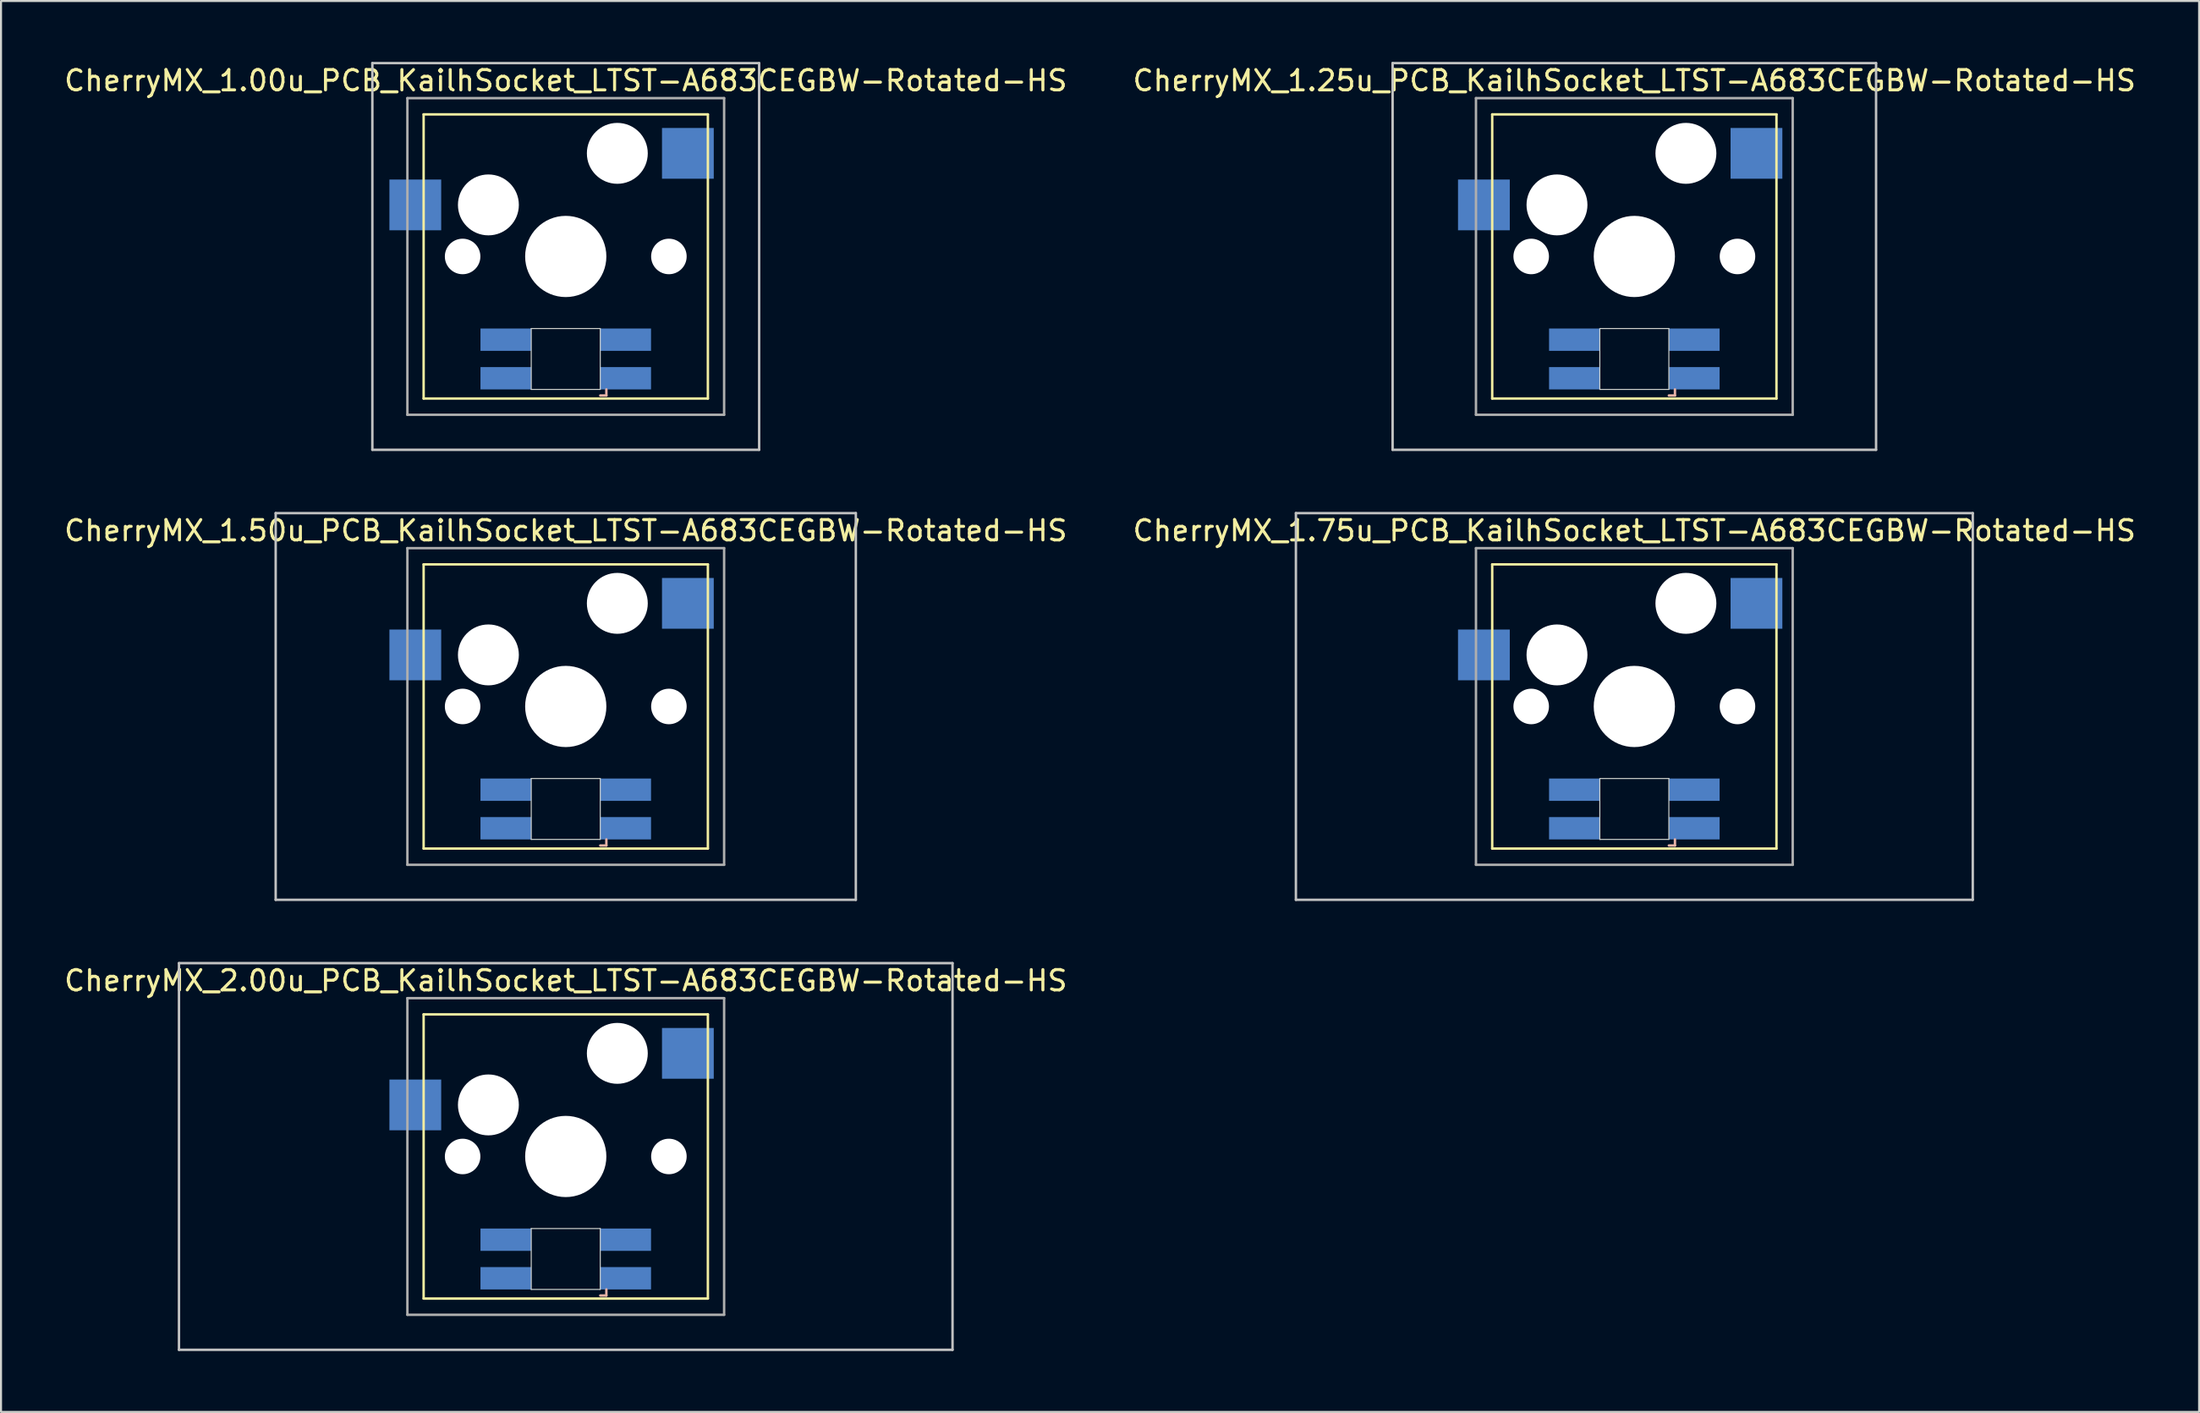
<source format=kicad_pcb>
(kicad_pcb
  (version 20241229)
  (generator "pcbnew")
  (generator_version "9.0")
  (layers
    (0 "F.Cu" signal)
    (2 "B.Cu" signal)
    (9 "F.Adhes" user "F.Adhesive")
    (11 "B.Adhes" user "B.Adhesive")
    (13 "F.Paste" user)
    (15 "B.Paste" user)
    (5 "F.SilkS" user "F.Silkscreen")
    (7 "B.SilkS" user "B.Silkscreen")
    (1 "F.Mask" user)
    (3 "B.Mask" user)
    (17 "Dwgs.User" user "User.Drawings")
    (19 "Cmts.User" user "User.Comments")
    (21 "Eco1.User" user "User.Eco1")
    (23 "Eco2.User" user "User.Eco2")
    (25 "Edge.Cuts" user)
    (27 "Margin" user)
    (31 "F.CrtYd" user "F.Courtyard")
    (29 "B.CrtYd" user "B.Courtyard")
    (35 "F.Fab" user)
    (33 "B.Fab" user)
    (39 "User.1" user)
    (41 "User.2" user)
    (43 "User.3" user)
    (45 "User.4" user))
  (footprint "CherryMX_1.00u_PCB_KailhSocket_LTST-A683CEGBW-Rotated-HS"
    (layer "F.Cu")
    (at 24.815 9.585)
    (property "Reference" "CherryMX_1.00u_PCB_KailhSocket_LTST-A683CEGBW-Rotated-HS" (at 0 -8.662 0) (layer "F.SilkS") (effects (font (size 1 1) (thickness 0.15))))
    (attr through_hole)
    (fp_line (start -7 -7) (end -7 7) (stroke (width 0.12) (type solid)) (layer "F.SilkS"))
    (fp_line (start -7 -7) (end 7 -7) (stroke (width 0.12) (type solid)) (layer "F.SilkS"))
    (fp_line (start 7 -7) (end 7 7) (stroke (width 0.12) (type solid)) (layer "F.SilkS"))
    (fp_line (start 7 7) (end -7 7) (stroke (width 0.12) (type solid)) (layer "F.SilkS"))
    (fp_line (start 1.7 6.85) (end 2 6.85) (stroke (width 0.12) (type solid)) (layer "B.SilkS"))
    (fp_line (start 2 6.85) (end 2 6.55) (stroke (width 0.12) (type solid)) (layer "B.SilkS"))
    (fp_line (start -9.525 -9.525) (end 9.525 -9.525) (stroke (width 0.12) (type solid)) (layer "Dwgs.User"))
    (fp_line (start -9.525 9.525) (end -9.525 -9.525) (stroke (width 0.12) (type solid)) (layer "Dwgs.User"))
    (fp_line (start 9.525 -9.525) (end 9.525 9.525) (stroke (width 0.12) (type solid)) (layer "Dwgs.User"))
    (fp_line (start 9.525 9.525) (end -9.525 9.525) (stroke (width 0.12) (type solid)) (layer "Dwgs.User"))
    (fp_line (start -1.7 3.55) (end 1.7 3.55) (stroke (width 0.05) (type solid)) (layer "Edge.Cuts"))
    (fp_line (start -1.7 6.55) (end -1.7 3.55) (stroke (width 0.05) (type solid)) (layer "Edge.Cuts"))
    (fp_line (start 1.7 3.55) (end 1.7 6.55) (stroke (width 0.05) (type solid)) (layer "Edge.Cuts"))
    (fp_line (start 1.7 6.55) (end -1.7 6.55) (stroke (width 0.05) (type solid)) (layer "Edge.Cuts"))
    (fp_line (start -7.8 -7.8) (end -7.8 7.8) (stroke (width 0.12) (type solid)) (layer "F.Fab"))
    (fp_line (start -7.8 -7.8) (end 7.8 -7.8) (stroke (width 0.12) (type solid)) (layer "F.Fab"))
    (fp_line (start -7.8 7.8) (end 7.8 7.8) (stroke (width 0.12) (type solid)) (layer "F.Fab"))
    (fp_line (start 7.8 -7.8) (end 7.8 7.8) (stroke (width 0.12) (type solid)) (layer "F.Fab"))
    (pad "" np_thru_hole circle (at -5.08 0) (size 1.75 1.75) (drill 1.75) (layers "*.Cu" "*.Mask"))
    (pad "" np_thru_hole circle (at -3.81 -2.54) (size 3 3) (drill 3) (layers "*.Cu" "*.Mask"))
    (pad "" np_thru_hole circle (at 0 0) (size 4 4) (drill 4) (layers "*.Cu" "*.Mask"))
    (pad "" np_thru_hole circle (at 2.54 -5.08) (size 3 3) (drill 3) (layers "*.Cu" "*.Mask"))
    (pad "" np_thru_hole circle (at 5.08 0) (size 1.75 1.75) (drill 1.75) (layers "*.Cu" "*.Mask"))
    (pad "1" smd rect (at -7.41 -2.54) (size 2.55 2.5) (layers "B.Cu" "B.Mask" "B.Paste"))
    (pad "2" smd rect (at 6.015 -5.08) (size 2.55 2.5) (layers "B.Cu" "B.Mask" "B.Paste"))
    (pad "3" smd rect (at 2.95 6) (size 2.5 1.1) (layers "B.Cu" "B.Mask" "B.Paste"))
    (pad "4" smd rect (at 2.95 4.1) (size 2.5 1.1) (layers "B.Cu" "B.Mask" "B.Paste"))
    (pad "5" smd rect (at -2.95 6) (size 2.5 1.1) (layers "B.Cu" "B.Mask" "B.Paste"))
    (pad "6" smd rect (at -2.95 4.1) (size 2.5 1.1) (layers "B.Cu" "B.Mask" "B.Paste")))
  (footprint "CherryMX_1.75u_PCB_KailhSocket_LTST-A683CEGBW-Rotated-HS"
    (layer "F.Cu")
    (at 77.446 31.755)
    (property "Reference" "CherryMX_1.75u_PCB_KailhSocket_LTST-A683CEGBW-Rotated-HS" (at 0 -8.662 0) (layer "F.SilkS") (effects (font (size 1 1) (thickness 0.15))))
    (attr through_hole)
    (fp_line (start -7 -7) (end -7 7) (stroke (width 0.12) (type solid)) (layer "F.SilkS"))
    (fp_line (start -7 -7) (end 7 -7) (stroke (width 0.12) (type solid)) (layer "F.SilkS"))
    (fp_line (start 7 -7) (end 7 7) (stroke (width 0.12) (type solid)) (layer "F.SilkS"))
    (fp_line (start 7 7) (end -7 7) (stroke (width 0.12) (type solid)) (layer "F.SilkS"))
    (fp_line (start 1.7 6.85) (end 2 6.85) (stroke (width 0.12) (type solid)) (layer "B.SilkS"))
    (fp_line (start 2 6.85) (end 2 6.55) (stroke (width 0.12) (type solid)) (layer "B.SilkS"))
    (fp_line (start -16.669 -9.525) (end 16.669 -9.525) (stroke (width 0.12) (type solid)) (layer "Dwgs.User"))
    (fp_line (start -16.669 9.525) (end -16.669 -9.525) (stroke (width 0.12) (type solid)) (layer "Dwgs.User"))
    (fp_line (start 16.669 -9.525) (end 16.669 9.525) (stroke (width 0.12) (type solid)) (layer "Dwgs.User"))
    (fp_line (start 16.669 9.525) (end -16.669 9.525) (stroke (width 0.12) (type solid)) (layer "Dwgs.User"))
    (fp_line (start -1.7 3.55) (end 1.7 3.55) (stroke (width 0.05) (type solid)) (layer "Edge.Cuts"))
    (fp_line (start -1.7 6.55) (end -1.7 3.55) (stroke (width 0.05) (type solid)) (layer "Edge.Cuts"))
    (fp_line (start 1.7 3.55) (end 1.7 6.55) (stroke (width 0.05) (type solid)) (layer "Edge.Cuts"))
    (fp_line (start 1.7 6.55) (end -1.7 6.55) (stroke (width 0.05) (type solid)) (layer "Edge.Cuts"))
    (fp_line (start -7.8 -7.8) (end -7.8 7.8) (stroke (width 0.12) (type solid)) (layer "F.Fab"))
    (fp_line (start -7.8 -7.8) (end 7.8 -7.8) (stroke (width 0.12) (type solid)) (layer "F.Fab"))
    (fp_line (start -7.8 7.8) (end 7.8 7.8) (stroke (width 0.12) (type solid)) (layer "F.Fab"))
    (fp_line (start 7.8 -7.8) (end 7.8 7.8) (stroke (width 0.12) (type solid)) (layer "F.Fab"))
    (pad "" np_thru_hole circle (at -5.08 0) (size 1.75 1.75) (drill 1.75) (layers "*.Cu" "*.Mask"))
    (pad "" np_thru_hole circle (at -3.81 -2.54) (size 3 3) (drill 3) (layers "*.Cu" "*.Mask"))
    (pad "" np_thru_hole circle (at 0 0) (size 4 4) (drill 4) (layers "*.Cu" "*.Mask"))
    (pad "" np_thru_hole circle (at 2.54 -5.08) (size 3 3) (drill 3) (layers "*.Cu" "*.Mask"))
    (pad "" np_thru_hole circle (at 5.08 0) (size 1.75 1.75) (drill 1.75) (layers "*.Cu" "*.Mask"))
    (pad "1" smd rect (at -7.41 -2.54) (size 2.55 2.5) (layers "B.Cu" "B.Mask" "B.Paste"))
    (pad "2" smd rect (at 6.015 -5.08) (size 2.55 2.5) (layers "B.Cu" "B.Mask" "B.Paste"))
    (pad "3" smd rect (at 2.95 6) (size 2.5 1.1) (layers "B.Cu" "B.Mask" "B.Paste"))
    (pad "4" smd rect (at 2.95 4.1) (size 2.5 1.1) (layers "B.Cu" "B.Mask" "B.Paste"))
    (pad "5" smd rect (at -2.95 6) (size 2.5 1.1) (layers "B.Cu" "B.Mask" "B.Paste"))
    (pad "6" smd rect (at -2.95 4.1) (size 2.5 1.1) (layers "B.Cu" "B.Mask" "B.Paste")))
  (footprint "CherryMX_1.25u_PCB_KailhSocket_LTST-A683CEGBW-Rotated-HS"
    (layer "F.Cu")
    (at 77.446 9.585)
    (property "Reference" "CherryMX_1.25u_PCB_KailhSocket_LTST-A683CEGBW-Rotated-HS" (at 0 -8.662 0) (layer "F.SilkS") (effects (font (size 1 1) (thickness 0.15))))
    (attr through_hole)
    (fp_line (start -7 -7) (end -7 7) (stroke (width 0.12) (type solid)) (layer "F.SilkS"))
    (fp_line (start -7 -7) (end 7 -7) (stroke (width 0.12) (type solid)) (layer "F.SilkS"))
    (fp_line (start 7 -7) (end 7 7) (stroke (width 0.12) (type solid)) (layer "F.SilkS"))
    (fp_line (start 7 7) (end -7 7) (stroke (width 0.12) (type solid)) (layer "F.SilkS"))
    (fp_line (start 1.7 6.85) (end 2 6.85) (stroke (width 0.12) (type solid)) (layer "B.SilkS"))
    (fp_line (start 2 6.85) (end 2 6.55) (stroke (width 0.12) (type solid)) (layer "B.SilkS"))
    (fp_line (start -11.906 -9.525) (end 11.906 -9.525) (stroke (width 0.12) (type solid)) (layer "Dwgs.User"))
    (fp_line (start -11.906 9.525) (end -11.906 -9.525) (stroke (width 0.12) (type solid)) (layer "Dwgs.User"))
    (fp_line (start 11.906 -9.525) (end 11.906 9.525) (stroke (width 0.12) (type solid)) (layer "Dwgs.User"))
    (fp_line (start 11.906 9.525) (end -11.906 9.525) (stroke (width 0.12) (type solid)) (layer "Dwgs.User"))
    (fp_line (start -1.7 3.55) (end 1.7 3.55) (stroke (width 0.05) (type solid)) (layer "Edge.Cuts"))
    (fp_line (start -1.7 6.55) (end -1.7 3.55) (stroke (width 0.05) (type solid)) (layer "Edge.Cuts"))
    (fp_line (start 1.7 3.55) (end 1.7 6.55) (stroke (width 0.05) (type solid)) (layer "Edge.Cuts"))
    (fp_line (start 1.7 6.55) (end -1.7 6.55) (stroke (width 0.05) (type solid)) (layer "Edge.Cuts"))
    (fp_line (start -7.8 -7.8) (end -7.8 7.8) (stroke (width 0.12) (type solid)) (layer "F.Fab"))
    (fp_line (start -7.8 -7.8) (end 7.8 -7.8) (stroke (width 0.12) (type solid)) (layer "F.Fab"))
    (fp_line (start -7.8 7.8) (end 7.8 7.8) (stroke (width 0.12) (type solid)) (layer "F.Fab"))
    (fp_line (start 7.8 -7.8) (end 7.8 7.8) (stroke (width 0.12) (type solid)) (layer "F.Fab"))
    (pad "" np_thru_hole circle (at -5.08 0) (size 1.75 1.75) (drill 1.75) (layers "*.Cu" "*.Mask"))
    (pad "" np_thru_hole circle (at -3.81 -2.54) (size 3 3) (drill 3) (layers "*.Cu" "*.Mask"))
    (pad "" np_thru_hole circle (at 0 0) (size 4 4) (drill 4) (layers "*.Cu" "*.Mask"))
    (pad "" np_thru_hole circle (at 2.54 -5.08) (size 3 3) (drill 3) (layers "*.Cu" "*.Mask"))
    (pad "" np_thru_hole circle (at 5.08 0) (size 1.75 1.75) (drill 1.75) (layers "*.Cu" "*.Mask"))
    (pad "1" smd rect (at -7.41 -2.54) (size 2.55 2.5) (layers "B.Cu" "B.Mask" "B.Paste"))
    (pad "2" smd rect (at 6.015 -5.08) (size 2.55 2.5) (layers "B.Cu" "B.Mask" "B.Paste"))
    (pad "3" smd rect (at 2.95 6) (size 2.5 1.1) (layers "B.Cu" "B.Mask" "B.Paste"))
    (pad "4" smd rect (at 2.95 4.1) (size 2.5 1.1) (layers "B.Cu" "B.Mask" "B.Paste"))
    (pad "5" smd rect (at -2.95 6) (size 2.5 1.1) (layers "B.Cu" "B.Mask" "B.Paste"))
    (pad "6" smd rect (at -2.95 4.1) (size 2.5 1.1) (layers "B.Cu" "B.Mask" "B.Paste")))
  (footprint "CherryMX_1.50u_PCB_KailhSocket_LTST-A683CEGBW-Rotated-HS"
    (layer "F.Cu")
    (at 24.815 31.755)
    (property "Reference" "CherryMX_1.50u_PCB_KailhSocket_LTST-A683CEGBW-Rotated-HS" (at 0 -8.662 0) (layer "F.SilkS") (effects (font (size 1 1) (thickness 0.15))))
    (attr through_hole)
    (fp_line (start -7 -7) (end -7 7) (stroke (width 0.12) (type solid)) (layer "F.SilkS"))
    (fp_line (start -7 -7) (end 7 -7) (stroke (width 0.12) (type solid)) (layer "F.SilkS"))
    (fp_line (start 7 -7) (end 7 7) (stroke (width 0.12) (type solid)) (layer "F.SilkS"))
    (fp_line (start 7 7) (end -7 7) (stroke (width 0.12) (type solid)) (layer "F.SilkS"))
    (fp_line (start 1.7 6.85) (end 2 6.85) (stroke (width 0.12) (type solid)) (layer "B.SilkS"))
    (fp_line (start 2 6.85) (end 2 6.55) (stroke (width 0.12) (type solid)) (layer "B.SilkS"))
    (fp_line (start -14.287 -9.525) (end 14.287 -9.525) (stroke (width 0.12) (type solid)) (layer "Dwgs.User"))
    (fp_line (start -14.287 9.525) (end -14.287 -9.525) (stroke (width 0.12) (type solid)) (layer "Dwgs.User"))
    (fp_line (start 14.287 -9.525) (end 14.287 9.525) (stroke (width 0.12) (type solid)) (layer "Dwgs.User"))
    (fp_line (start 14.287 9.525) (end -14.287 9.525) (stroke (width 0.12) (type solid)) (layer "Dwgs.User"))
    (fp_line (start -1.7 3.55) (end 1.7 3.55) (stroke (width 0.05) (type solid)) (layer "Edge.Cuts"))
    (fp_line (start -1.7 6.55) (end -1.7 3.55) (stroke (width 0.05) (type solid)) (layer "Edge.Cuts"))
    (fp_line (start 1.7 3.55) (end 1.7 6.55) (stroke (width 0.05) (type solid)) (layer "Edge.Cuts"))
    (fp_line (start 1.7 6.55) (end -1.7 6.55) (stroke (width 0.05) (type solid)) (layer "Edge.Cuts"))
    (fp_line (start -7.8 -7.8) (end -7.8 7.8) (stroke (width 0.12) (type solid)) (layer "F.Fab"))
    (fp_line (start -7.8 -7.8) (end 7.8 -7.8) (stroke (width 0.12) (type solid)) (layer "F.Fab"))
    (fp_line (start -7.8 7.8) (end 7.8 7.8) (stroke (width 0.12) (type solid)) (layer "F.Fab"))
    (fp_line (start 7.8 -7.8) (end 7.8 7.8) (stroke (width 0.12) (type solid)) (layer "F.Fab"))
    (pad "" np_thru_hole circle (at -5.08 0) (size 1.75 1.75) (drill 1.75) (layers "*.Cu" "*.Mask"))
    (pad "" np_thru_hole circle (at -3.81 -2.54) (size 3 3) (drill 3) (layers "*.Cu" "*.Mask"))
    (pad "" np_thru_hole circle (at 0 0) (size 4 4) (drill 4) (layers "*.Cu" "*.Mask"))
    (pad "" np_thru_hole circle (at 2.54 -5.08) (size 3 3) (drill 3) (layers "*.Cu" "*.Mask"))
    (pad "" np_thru_hole circle (at 5.08 0) (size 1.75 1.75) (drill 1.75) (layers "*.Cu" "*.Mask"))
    (pad "1" smd rect (at -7.41 -2.54) (size 2.55 2.5) (layers "B.Cu" "B.Mask" "B.Paste"))
    (pad "2" smd rect (at 6.015 -5.08) (size 2.55 2.5) (layers "B.Cu" "B.Mask" "B.Paste"))
    (pad "3" smd rect (at 2.95 6) (size 2.5 1.1) (layers "B.Cu" "B.Mask" "B.Paste"))
    (pad "4" smd rect (at 2.95 4.1) (size 2.5 1.1) (layers "B.Cu" "B.Mask" "B.Paste"))
    (pad "5" smd rect (at -2.95 6) (size 2.5 1.1) (layers "B.Cu" "B.Mask" "B.Paste"))
    (pad "6" smd rect (at -2.95 4.1) (size 2.5 1.1) (layers "B.Cu" "B.Mask" "B.Paste")))
  (footprint "CherryMX_2.00u_PCB_KailhSocket_LTST-A683CEGBW-Rotated-HS"
    (layer "F.Cu")
    (at 24.815 53.925)
    (property "Reference" "CherryMX_2.00u_PCB_KailhSocket_LTST-A683CEGBW-Rotated-HS" (at 0 -8.662 0) (layer "F.SilkS") (effects (font (size 1 1) (thickness 0.15))))
    (attr through_hole)
    (fp_line (start -7 -7) (end -7 7) (stroke (width 0.12) (type solid)) (layer "F.SilkS"))
    (fp_line (start -7 -7) (end 7 -7) (stroke (width 0.12) (type solid)) (layer "F.SilkS"))
    (fp_line (start 7 -7) (end 7 7) (stroke (width 0.12) (type solid)) (layer "F.SilkS"))
    (fp_line (start 7 7) (end -7 7) (stroke (width 0.12) (type solid)) (layer "F.SilkS"))
    (fp_line (start 1.7 6.85) (end 2 6.85) (stroke (width 0.12) (type solid)) (layer "B.SilkS"))
    (fp_line (start 2 6.85) (end 2 6.55) (stroke (width 0.12) (type solid)) (layer "B.SilkS"))
    (fp_line (start -19.05 -9.525) (end 19.05 -9.525) (stroke (width 0.12) (type solid)) (layer "Dwgs.User"))
    (fp_line (start -19.05 9.525) (end -19.05 -9.525) (stroke (width 0.12) (type solid)) (layer "Dwgs.User"))
    (fp_line (start 19.05 -9.525) (end 19.05 9.525) (stroke (width 0.12) (type solid)) (layer "Dwgs.User"))
    (fp_line (start 19.05 9.525) (end -19.05 9.525) (stroke (width 0.12) (type solid)) (layer "Dwgs.User"))
    (fp_line (start -1.7 3.55) (end 1.7 3.55) (stroke (width 0.05) (type solid)) (layer "Edge.Cuts"))
    (fp_line (start -1.7 6.55) (end -1.7 3.55) (stroke (width 0.05) (type solid)) (layer "Edge.Cuts"))
    (fp_line (start 1.7 3.55) (end 1.7 6.55) (stroke (width 0.05) (type solid)) (layer "Edge.Cuts"))
    (fp_line (start 1.7 6.55) (end -1.7 6.55) (stroke (width 0.05) (type solid)) (layer "Edge.Cuts"))
    (fp_line (start -7.8 -7.8) (end -7.8 7.8) (stroke (width 0.12) (type solid)) (layer "F.Fab"))
    (fp_line (start -7.8 -7.8) (end 7.8 -7.8) (stroke (width 0.12) (type solid)) (layer "F.Fab"))
    (fp_line (start -7.8 7.8) (end 7.8 7.8) (stroke (width 0.12) (type solid)) (layer "F.Fab"))
    (fp_line (start 7.8 -7.8) (end 7.8 7.8) (stroke (width 0.12) (type solid)) (layer "F.Fab"))
    (pad "" np_thru_hole circle (at -5.08 0) (size 1.75 1.75) (drill 1.75) (layers "*.Cu" "*.Mask"))
    (pad "" np_thru_hole circle (at -3.81 -2.54) (size 3 3) (drill 3) (layers "*.Cu" "*.Mask"))
    (pad "" np_thru_hole circle (at 0 0) (size 4 4) (drill 4) (layers "*.Cu" "*.Mask"))
    (pad "" np_thru_hole circle (at 2.54 -5.08) (size 3 3) (drill 3) (layers "*.Cu" "*.Mask"))
    (pad "" np_thru_hole circle (at 5.08 0) (size 1.75 1.75) (drill 1.75) (layers "*.Cu" "*.Mask"))
    (pad "1" smd rect (at -7.41 -2.54) (size 2.55 2.5) (layers "B.Cu" "B.Mask" "B.Paste"))
    (pad "2" smd rect (at 6.015 -5.08) (size 2.55 2.5) (layers "B.Cu" "B.Mask" "B.Paste"))
    (pad "3" smd rect (at 2.95 6) (size 2.5 1.1) (layers "B.Cu" "B.Mask" "B.Paste"))
    (pad "4" smd rect (at 2.95 4.1) (size 2.5 1.1) (layers "B.Cu" "B.Mask" "B.Paste"))
    (pad "5" smd rect (at -2.95 6) (size 2.5 1.1) (layers "B.Cu" "B.Mask" "B.Paste"))
    (pad "6" smd rect (at -2.95 4.1) (size 2.5 1.1) (layers "B.Cu" "B.Mask" "B.Paste")))
  (gr_rect
    (start -3 -3)
    (end 105.262 66.51)
    (stroke (width 0.1) (type default))
    (fill no)
    (layer "Edge.Cuts")))
</source>
